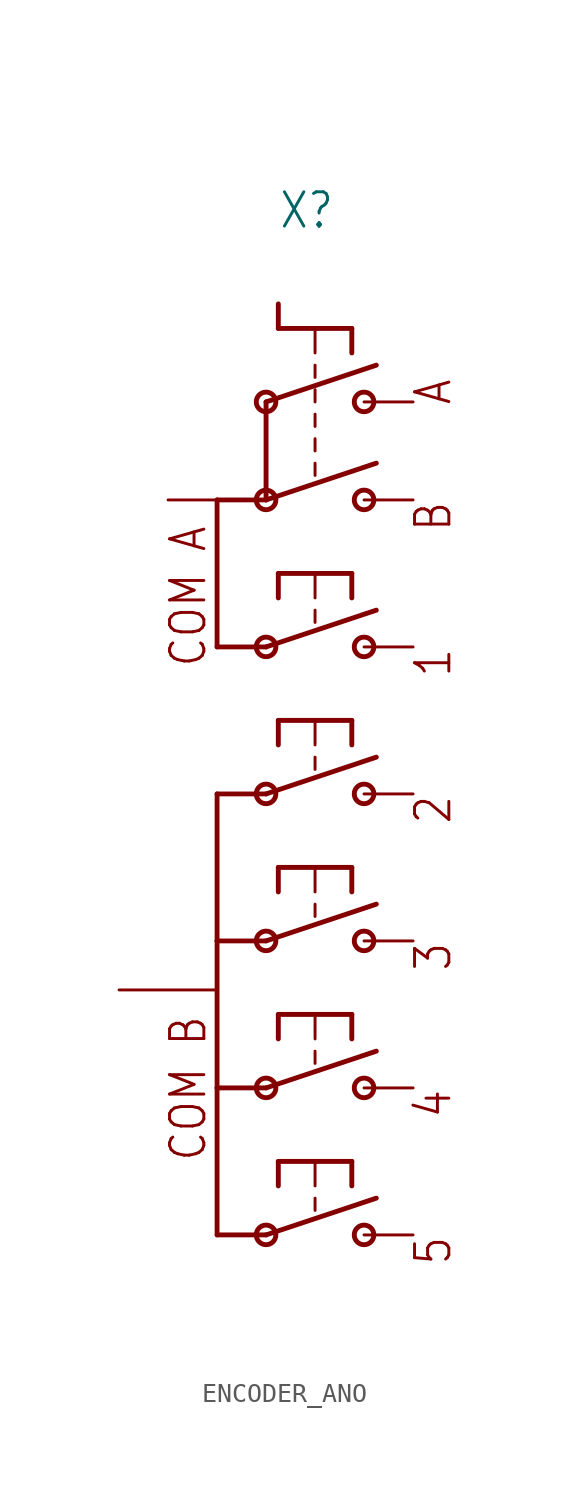
<source format=kicad_sym>
(kicad_symbol_lib
  (version 20231120)
  (generator "kicad_symbol_editor")
  (generator_version "8.0")
  (symbol "ENCODER_ANO"
    (property "Reference" "X"
      (at -1.905 13.97 0)
      (effects (font (size 1.778 1.511)) (justify left bottom)))
    (property "Value" ""
      (at -1.905 11.43 0)
      (effects (font (size 1.778 1.511)) (justify left bottom)))
    (property "ki_locked" ""
      (at 0 0 0)
      (effects (font (size 1.27 1.27))))
    (symbol "ENCODER_ANO_1_0"
      (circle (center -2.54 -38.1) (radius 0.508) (stroke (width 0.254) (type solid)) (fill (type none)))
      (circle (center -2.54 -30.48) (radius 0.508) (stroke (width 0.254) (type solid)) (fill (type none)))
      (circle (center -2.54 -22.86) (radius 0.508) (stroke (width 0.254) (type solid)) (fill (type none)))
      (circle (center -2.54 -15.24) (radius 0.508) (stroke (width 0.254) (type solid)) (fill (type none)))
      (circle (center -2.54 -7.62) (radius 0.508) (stroke (width 0.254) (type solid)) (fill (type none)))
      (circle (center -2.54 0) (radius 0.508) (stroke (width 0.254) (type solid)) (fill (type none)))
      (circle (center -2.54 5.08) (radius 0.508) (stroke (width 0.254) (type solid)) (fill (type none)))
      (polyline (pts (xy -5.08 -38.1) (xy -2.54 -38.1)) (stroke (width 0.25) (type solid)) (fill (type none)))
      (polyline (pts (xy -5.08 -30.48) (xy -5.08 -38.1)) (stroke (width 0.25) (type solid)) (fill (type none)))
      (polyline (pts (xy -5.08 -22.86) (xy -5.08 -30.48)) (stroke (width 0.25) (type solid)) (fill (type none)))
      (polyline (pts (xy -5.08 -15.24) (xy -5.08 -22.86)) (stroke (width 0.25) (type solid)) (fill (type none)))
      (polyline (pts (xy -5.08 -7.62) (xy -5.08 0)) (stroke (width 0.25) (type solid)) (fill (type none)))
      (polyline (pts (xy -5.08 0) (xy -2.54 0)) (stroke (width 0.25) (type solid)) (fill (type none)))
      (polyline (pts (xy -2.54 -38.1) (xy 3.175 -36.195)) (stroke (width 0.254) (type solid)) (fill (type none)))
      (polyline (pts (xy -2.54 -30.48) (xy -5.08 -30.48)) (stroke (width 0.25) (type solid)) (fill (type none)))
      (polyline (pts (xy -2.54 -30.48) (xy 3.175 -28.575)) (stroke (width 0.254) (type solid)) (fill (type none)))
      (polyline (pts (xy -2.54 -22.86) (xy -5.08 -22.86)) (stroke (width 0.25) (type solid)) (fill (type none)))
      (polyline (pts (xy -2.54 -22.86) (xy 3.175 -20.955)) (stroke (width 0.254) (type solid)) (fill (type none)))
      (polyline (pts (xy -2.54 -15.24) (xy -5.08 -15.24)) (stroke (width 0.25) (type solid)) (fill (type none)))
      (polyline (pts (xy -2.54 -15.24) (xy 3.175 -13.335)) (stroke (width 0.254) (type solid)) (fill (type none)))
      (polyline (pts (xy -2.54 -7.62) (xy -5.08 -7.62)) (stroke (width 0.25) (type solid)) (fill (type none)))
      (polyline (pts (xy -2.54 -7.62) (xy 3.175 -5.715)) (stroke (width 0.254) (type solid)) (fill (type none)))
      (polyline (pts (xy -2.54 0) (xy -2.54 5.08)) (stroke (width 0.254) (type solid)) (fill (type none)))
      (polyline (pts (xy -2.54 0) (xy 3.175 1.905)) (stroke (width 0.254) (type solid)) (fill (type none)))
      (polyline (pts (xy -2.54 5.08) (xy 3.175 6.985)) (stroke (width 0.254) (type solid)) (fill (type none)))
      (polyline (pts (xy -1.905 -34.29) (xy -1.905 -35.56)) (stroke (width 0.254) (type solid)) (fill (type none)))
      (polyline (pts (xy -1.905 -26.67) (xy -1.905 -27.94)) (stroke (width 0.254) (type solid)) (fill (type none)))
      (polyline (pts (xy -1.905 -19.05) (xy -1.905 -20.32)) (stroke (width 0.254) (type solid)) (fill (type none)))
      (polyline (pts (xy -1.905 -11.43) (xy -1.905 -12.7)) (stroke (width 0.254) (type solid)) (fill (type none)))
      (polyline (pts (xy -1.905 -3.81) (xy -1.905 -5.08)) (stroke (width 0.254) (type solid)) (fill (type none)))
      (polyline (pts (xy -1.905 8.89) (xy -1.905 10.16)) (stroke (width 0.254) (type solid)) (fill (type none)))
      (polyline (pts (xy 0 -36.195) (xy 0 -36.83)) (stroke (width 0.152) (type solid)) (fill (type none)))
      (polyline (pts (xy 0 -34.29) (xy -1.905 -34.29)) (stroke (width 0.254) (type solid)) (fill (type none)))
      (polyline (pts (xy 0 -34.29) (xy 0 -35.56)) (stroke (width 0.152) (type solid)) (fill (type none)))
      (polyline (pts (xy 0 -28.575) (xy 0 -29.21)) (stroke (width 0.152) (type solid)) (fill (type none)))
      (polyline (pts (xy 0 -26.67) (xy -1.905 -26.67)) (stroke (width 0.254) (type solid)) (fill (type none)))
      (polyline (pts (xy 0 -26.67) (xy 0 -27.94)) (stroke (width 0.152) (type solid)) (fill (type none)))
      (polyline (pts (xy 0 -20.955) (xy 0 -21.59)) (stroke (width 0.152) (type solid)) (fill (type none)))
      (polyline (pts (xy 0 -19.05) (xy -1.905 -19.05)) (stroke (width 0.254) (type solid)) (fill (type none)))
      (polyline (pts (xy 0 -19.05) (xy 0 -20.32)) (stroke (width 0.152) (type solid)) (fill (type none)))
      (polyline (pts (xy 0 -13.335) (xy 0 -13.97)) (stroke (width 0.152) (type solid)) (fill (type none)))
      (polyline (pts (xy 0 -11.43) (xy -1.905 -11.43)) (stroke (width 0.254) (type solid)) (fill (type none)))
      (polyline (pts (xy 0 -11.43) (xy 0 -12.7)) (stroke (width 0.152) (type solid)) (fill (type none)))
      (polyline (pts (xy 0 -5.715) (xy 0 -6.35)) (stroke (width 0.152) (type solid)) (fill (type none)))
      (polyline (pts (xy 0 -3.81) (xy -1.905 -3.81)) (stroke (width 0.254) (type solid)) (fill (type none)))
      (polyline (pts (xy 0 -3.81) (xy 0 -5.08)) (stroke (width 0.152) (type solid)) (fill (type none)))
      (polyline (pts (xy 0 1.27) (xy 0 1.905)) (stroke (width 0.152) (type solid)) (fill (type none)))
      (polyline (pts (xy 0 3.175) (xy 0 2.54)) (stroke (width 0.152) (type solid)) (fill (type none)))
      (polyline (pts (xy 0 3.81) (xy 0 4.445)) (stroke (width 0.152) (type solid)) (fill (type none)))
      (polyline (pts (xy 0 5.08) (xy 0 5.715)) (stroke (width 0.152) (type solid)) (fill (type none)))
      (polyline (pts (xy 0 6.35) (xy 0 6.985)) (stroke (width 0.152) (type solid)) (fill (type none)))
      (polyline (pts (xy 0 8.89) (xy -1.905 8.89)) (stroke (width 0.254) (type solid)) (fill (type none)))
      (polyline (pts (xy 0 8.89) (xy 0 7.62)) (stroke (width 0.152) (type solid)) (fill (type none)))
      (polyline (pts (xy 1.905 -34.29) (xy 0 -34.29)) (stroke (width 0.254) (type solid)) (fill (type none)))
      (polyline (pts (xy 1.905 -34.29) (xy 1.905 -35.56)) (stroke (width 0.254) (type solid)) (fill (type none)))
      (polyline (pts (xy 1.905 -26.67) (xy 0 -26.67)) (stroke (width 0.254) (type solid)) (fill (type none)))
      (polyline (pts (xy 1.905 -26.67) (xy 1.905 -27.94)) (stroke (width 0.254) (type solid)) (fill (type none)))
      (polyline (pts (xy 1.905 -19.05) (xy 0 -19.05)) (stroke (width 0.254) (type solid)) (fill (type none)))
      (polyline (pts (xy 1.905 -19.05) (xy 1.905 -20.32)) (stroke (width 0.254) (type solid)) (fill (type none)))
      (polyline (pts (xy 1.905 -11.43) (xy 0 -11.43)) (stroke (width 0.254) (type solid)) (fill (type none)))
      (polyline (pts (xy 1.905 -11.43) (xy 1.905 -12.7)) (stroke (width 0.254) (type solid)) (fill (type none)))
      (polyline (pts (xy 1.905 -3.81) (xy 0 -3.81)) (stroke (width 0.254) (type solid)) (fill (type none)))
      (polyline (pts (xy 1.905 -3.81) (xy 1.905 -5.08)) (stroke (width 0.254) (type solid)) (fill (type none)))
      (polyline (pts (xy 1.905 8.89) (xy 0 8.89)) (stroke (width 0.254) (type solid)) (fill (type none)))
      (polyline (pts (xy 1.905 8.89) (xy 1.905 7.62)) (stroke (width 0.254) (type solid)) (fill (type none)))
      (circle (center 2.54 -38.1) (radius 0.508) (stroke (width 0.254) (type solid)) (fill (type none)))
      (circle (center 2.54 -30.48) (radius 0.508) (stroke (width 0.254) (type solid)) (fill (type none)))
      (circle (center 2.54 -22.86) (radius 0.508) (stroke (width 0.254) (type solid)) (fill (type none)))
      (circle (center 2.54 -15.24) (radius 0.508) (stroke (width 0.254) (type solid)) (fill (type none)))
      (circle (center 2.54 -7.62) (radius 0.508) (stroke (width 0.254) (type solid)) (fill (type none)))
      (circle (center 2.54 0) (radius 0.508) (stroke (width 0.254) (type solid)) (fill (type none)))
      (circle (center 2.54 5.08) (radius 0.508) (stroke (width 0.254) (type solid)) (fill (type none)))
      (text "1" (at 5.08 -7.62 900) (effects (font (size 1.778 1.511)) (justify right top)))
      (text "2" (at 5.08 -15.24 900) (effects (font (size 1.778 1.511)) (justify right top)))
      (text "3" (at 5.08 -22.86 900) (effects (font (size 1.778 1.511)) (justify right top)))
      (text "4" (at 5.08 -30.48 900) (effects (font (size 1.778 1.511)) (justify right top)))
      (text "5" (at 5.08 -38.1 900) (effects (font (size 1.778 1.511)) (justify right top)))
      (text "A" (at 5.08 6.35 900) (effects (font (size 1.778 1.511)) (justify right top)))
      (text "B" (at 5.08 0 900) (effects (font (size 1.778 1.511)) (justify right top)))
      (text "COM A" (at -7.62 -1.27 900) (effects (font (size 1.778 1.511)) (justify right top)))
      (text "COM B" (at -7.62 -26.67 900) (effects (font (size 1.778 1.511)) (justify right top)))
      (pin passive line (at 5.08 5.08 180) (length 2.54) (name "A" (effects (font (size 0 0)))) (number "A" (effects (font (size 0 0)))))
      (pin passive line (at 5.08 0 180) (length 2.54) (name "B" (effects (font (size 0 0)))) (number "B" (effects (font (size 0 0)))))
      (pin passive line (at -7.62 0 0) (length 2.54) (name "COMA" (effects (font (size 0 0)))) (number "COM_A" (effects (font (size 0 0)))))
      (pin passive line (at -10.16 -25.4 0) (length 5.08) (name "COM_B" (effects (font (size 0 0)))) (number "COM_B" (effects (font (size 0 0)))))
      (pin passive line (at 5.08 -7.62 180) (length 2.54) (name "1" (effects (font (size 0 0)))) (number "S1" (effects (font (size 0 0)))))
      (pin passive line (at 5.08 -15.24 180) (length 2.54) (name "S2" (effects (font (size 0 0)))) (number "S2" (effects (font (size 0 0)))))
      (pin passive line (at 5.08 -22.86 180) (length 2.54) (name "S3" (effects (font (size 0 0)))) (number "S3" (effects (font (size 0 0)))))
      (pin passive line (at 5.08 -30.48 180) (length 2.54) (name "S4" (effects (font (size 0 0)))) (number "S4" (effects (font (size 0 0)))))
      (pin passive line (at 5.08 -38.1 180) (length 2.54) (name "S5" (effects (font (size 0 0)))) (number "S5" (effects (font (size 0 0))))))))
</source>
